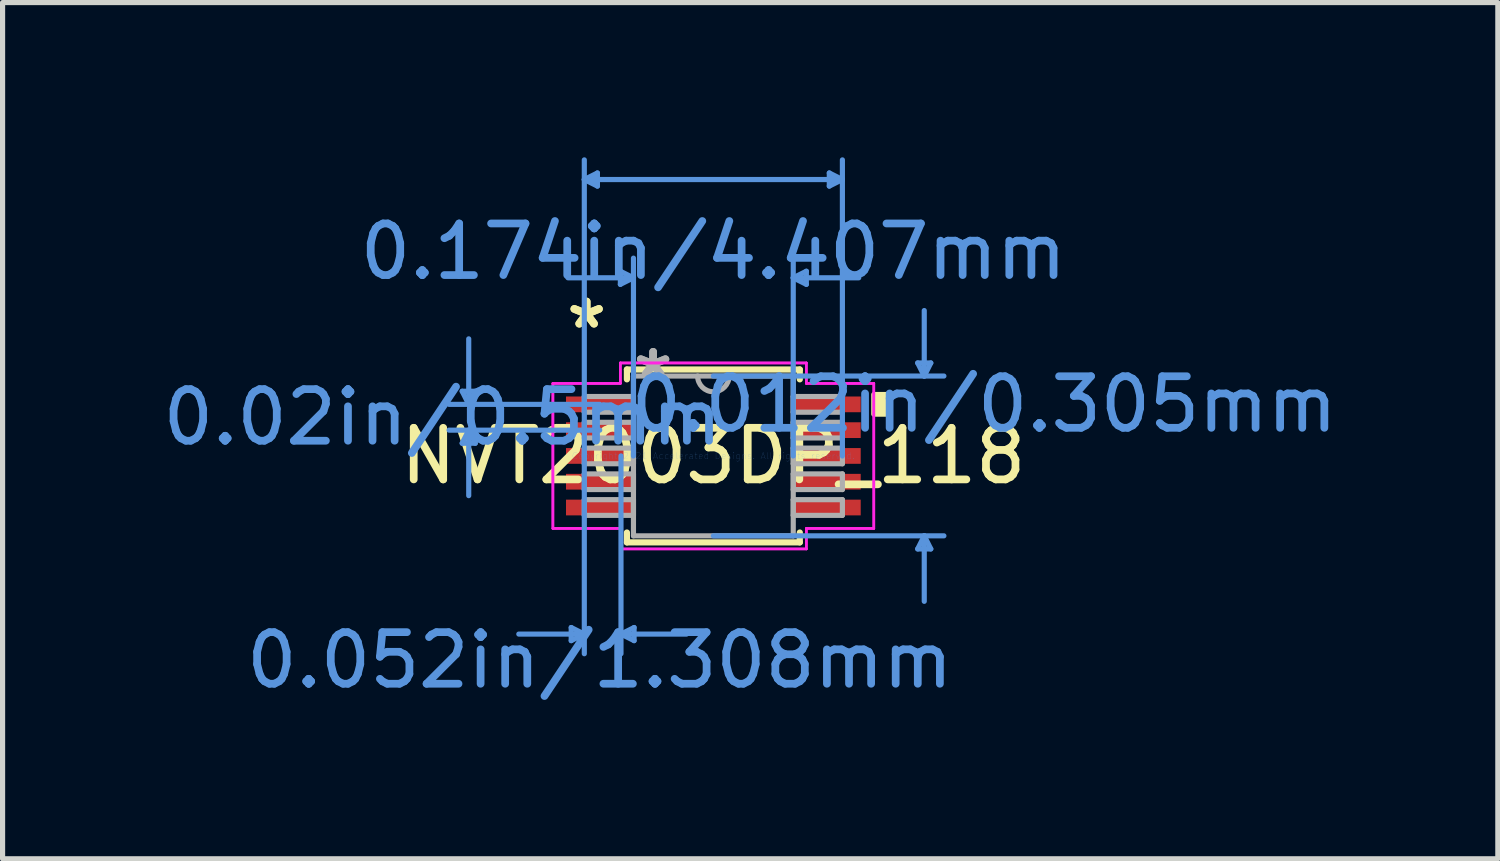
<source format=kicad_pcb>
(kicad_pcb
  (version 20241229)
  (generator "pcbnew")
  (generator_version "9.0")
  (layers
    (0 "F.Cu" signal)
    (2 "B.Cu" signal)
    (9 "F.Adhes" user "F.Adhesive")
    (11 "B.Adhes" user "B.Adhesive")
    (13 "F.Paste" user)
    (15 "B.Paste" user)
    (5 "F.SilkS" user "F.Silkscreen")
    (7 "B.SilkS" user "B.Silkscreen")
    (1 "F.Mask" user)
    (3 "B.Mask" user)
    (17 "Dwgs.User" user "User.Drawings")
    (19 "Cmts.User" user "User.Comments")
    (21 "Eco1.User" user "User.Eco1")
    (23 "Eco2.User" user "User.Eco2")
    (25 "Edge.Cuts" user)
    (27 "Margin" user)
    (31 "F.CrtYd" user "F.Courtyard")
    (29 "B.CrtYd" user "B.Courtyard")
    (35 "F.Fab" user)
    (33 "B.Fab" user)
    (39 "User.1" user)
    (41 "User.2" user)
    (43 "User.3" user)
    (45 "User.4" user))
  (footprint "NVT2003DP_118"
    (layer "F.Cu")
    (at 10.781 5.79)
    (property "Reference" "NVT2003DP_118" (at 0 0 0) (layer "F.SilkS") (effects (font (size 1 1) (thickness 0.15))))
    (attr through_hole)
    (fp_line (start -1.676 -1.676) (end -1.676 -1.485) (stroke (width 0.12) (type solid)) (layer "F.SilkS"))
    (fp_line (start -1.676 1.485) (end -1.676 1.676) (stroke (width 0.12) (type solid)) (layer "F.SilkS"))
    (fp_line (start -1.676 1.676) (end 1.676 1.676) (stroke (width 0.12) (type solid)) (layer "F.SilkS"))
    (fp_line (start 1.676 -1.676) (end -1.676 -1.676) (stroke (width 0.12) (type solid)) (layer "F.SilkS"))
    (fp_line (start 1.676 -1.485) (end 1.676 -1.676) (stroke (width 0.12) (type solid)) (layer "F.SilkS"))
    (fp_line (start 1.676 1.676) (end 1.676 1.485) (stroke (width 0.12) (type solid)) (layer "F.SilkS"))
    (fp_poly (pts (xy 3.365 -1.191) (xy 3.365 -0.81) (xy 3.111 -0.81) (xy 3.111 -1.191)) (stroke (width 0.1) (type solid)) (fill yes) (layer "F.SilkS"))
    (fp_line (start -4.87 -1.254) (end -4.616 -1.254) (stroke (width 0.1) (type solid)) (layer "Cmts.User"))
    (fp_line (start -4.87 -0.246) (end -4.616 -0.246) (stroke (width 0.1) (type solid)) (layer "Cmts.User"))
    (fp_line (start -4.743 -1) (end -4.87 -1.254) (stroke (width 0.1) (type solid)) (layer "Cmts.User"))
    (fp_line (start -4.743 -1) (end -4.743 -2.27) (stroke (width 0.1) (type solid)) (layer "Cmts.User"))
    (fp_line (start -4.743 -1) (end -4.616 -1.254) (stroke (width 0.1) (type solid)) (layer "Cmts.User"))
    (fp_line (start -4.743 -0.5) (end -4.87 -0.246) (stroke (width 0.1) (type solid)) (layer "Cmts.User"))
    (fp_line (start -4.743 -0.5) (end -4.743 0.77) (stroke (width 0.1) (type solid)) (layer "Cmts.User"))
    (fp_line (start -4.743 -0.5) (end -4.616 -0.246) (stroke (width 0.1) (type solid)) (layer "Cmts.User"))
    (fp_line (start -2.756 3.327) (end -2.756 3.581) (stroke (width 0.1) (type solid)) (layer "Cmts.User"))
    (fp_line (start -2.502 -5.359) (end -2.248 -5.486) (stroke (width 0.1) (type solid)) (layer "Cmts.User"))
    (fp_line (start -2.502 -5.359) (end -2.248 -5.232) (stroke (width 0.1) (type solid)) (layer "Cmts.User"))
    (fp_line (start -2.502 -5.359) (end 2.502 -5.359) (stroke (width 0.1) (type solid)) (layer "Cmts.User"))
    (fp_line (start -2.502 0) (end -2.502 -5.74) (stroke (width 0.1) (type solid)) (layer "Cmts.User"))
    (fp_line (start -2.502 0) (end -2.502 3.835) (stroke (width 0.1) (type solid)) (layer "Cmts.User"))
    (fp_line (start -2.502 3.454) (end -3.772 3.454) (stroke (width 0.1) (type solid)) (layer "Cmts.User"))
    (fp_line (start -2.502 3.454) (end -2.756 3.327) (stroke (width 0.1) (type solid)) (layer "Cmts.User"))
    (fp_line (start -2.502 3.454) (end -2.756 3.581) (stroke (width 0.1) (type solid)) (layer "Cmts.User"))
    (fp_line (start -2.248 -5.486) (end -2.248 -5.232) (stroke (width 0.1) (type solid)) (layer "Cmts.User"))
    (fp_line (start -2.203 -1) (end -5.124 -1) (stroke (width 0.1) (type solid)) (layer "Cmts.User"))
    (fp_line (start -2.203 -0.5) (end -5.124 -0.5) (stroke (width 0.1) (type solid)) (layer "Cmts.User"))
    (fp_line (start -1.803 -3.581) (end -1.803 -3.327) (stroke (width 0.1) (type solid)) (layer "Cmts.User"))
    (fp_line (start -1.791 0) (end -1.791 3.835) (stroke (width 0.1) (type solid)) (layer "Cmts.User"))
    (fp_line (start -1.791 3.454) (end -1.537 3.327) (stroke (width 0.1) (type solid)) (layer "Cmts.User"))
    (fp_line (start -1.791 3.454) (end -1.537 3.581) (stroke (width 0.1) (type solid)) (layer "Cmts.User"))
    (fp_line (start -1.791 3.454) (end -0.521 3.454) (stroke (width 0.1) (type solid)) (layer "Cmts.User"))
    (fp_line (start -1.549 -3.454) (end -2.819 -3.454) (stroke (width 0.1) (type solid)) (layer "Cmts.User"))
    (fp_line (start -1.549 -3.454) (end -1.803 -3.581) (stroke (width 0.1) (type solid)) (layer "Cmts.User"))
    (fp_line (start -1.549 -3.454) (end -1.803 -3.327) (stroke (width 0.1) (type solid)) (layer "Cmts.User"))
    (fp_line (start -1.549 0) (end -1.549 -3.835) (stroke (width 0.1) (type solid)) (layer "Cmts.User"))
    (fp_line (start -1.537 3.327) (end -1.537 3.581) (stroke (width 0.1) (type solid)) (layer "Cmts.User"))
    (fp_line (start 0 -1.549) (end 4.47 -1.549) (stroke (width 0.1) (type solid)) (layer "Cmts.User"))
    (fp_line (start 0 1.549) (end 4.47 1.549) (stroke (width 0.1) (type solid)) (layer "Cmts.User"))
    (fp_line (start 1.549 -3.454) (end 1.803 -3.581) (stroke (width 0.1) (type solid)) (layer "Cmts.User"))
    (fp_line (start 1.549 -3.454) (end 1.803 -3.327) (stroke (width 0.1) (type solid)) (layer "Cmts.User"))
    (fp_line (start 1.549 -3.454) (end 2.819 -3.454) (stroke (width 0.1) (type solid)) (layer "Cmts.User"))
    (fp_line (start 1.549 0) (end 1.549 -3.835) (stroke (width 0.1) (type solid)) (layer "Cmts.User"))
    (fp_line (start 1.803 -3.581) (end 1.803 -3.327) (stroke (width 0.1) (type solid)) (layer "Cmts.User"))
    (fp_line (start 2.248 -5.486) (end 2.248 -5.232) (stroke (width 0.1) (type solid)) (layer "Cmts.User"))
    (fp_line (start 2.502 -5.359) (end 2.248 -5.486) (stroke (width 0.1) (type solid)) (layer "Cmts.User"))
    (fp_line (start 2.502 -5.359) (end 2.248 -5.232) (stroke (width 0.1) (type solid)) (layer "Cmts.User"))
    (fp_line (start 2.502 0) (end 2.502 -5.74) (stroke (width 0.1) (type solid)) (layer "Cmts.User"))
    (fp_line (start 3.962 -1.803) (end 4.216 -1.803) (stroke (width 0.1) (type solid)) (layer "Cmts.User"))
    (fp_line (start 3.962 1.803) (end 4.216 1.803) (stroke (width 0.1) (type solid)) (layer "Cmts.User"))
    (fp_line (start 4.089 -1.549) (end 3.962 -1.803) (stroke (width 0.1) (type solid)) (layer "Cmts.User"))
    (fp_line (start 4.089 -1.549) (end 4.089 -2.819) (stroke (width 0.1) (type solid)) (layer "Cmts.User"))
    (fp_line (start 4.089 -1.549) (end 4.216 -1.803) (stroke (width 0.1) (type solid)) (layer "Cmts.User"))
    (fp_line (start 4.089 1.549) (end 3.962 1.803) (stroke (width 0.1) (type solid)) (layer "Cmts.User"))
    (fp_line (start 4.089 1.549) (end 4.089 2.819) (stroke (width 0.1) (type solid)) (layer "Cmts.User"))
    (fp_line (start 4.089 1.549) (end 4.216 1.803) (stroke (width 0.1) (type solid)) (layer "Cmts.User"))
    (fp_line (start -3.111 -1.406) (end -1.803 -1.406) (stroke (width 0.05) (type solid)) (layer "F.CrtYd"))
    (fp_line (start -3.111 -1.406) (end -1.803 -1.406) (stroke (width 0.05) (type solid)) (layer "F.CrtYd"))
    (fp_line (start -3.111 1.406) (end -3.111 -1.406) (stroke (width 0.05) (type solid)) (layer "F.CrtYd"))
    (fp_line (start -3.111 1.406) (end -3.111 -1.406) (stroke (width 0.05) (type solid)) (layer "F.CrtYd"))
    (fp_line (start -3.111 1.406) (end -1.803 1.406) (stroke (width 0.05) (type solid)) (layer "F.CrtYd"))
    (fp_line (start -1.803 -1.803) (end 1.803 -1.803) (stroke (width 0.05) (type solid)) (layer "F.CrtYd"))
    (fp_line (start -1.803 -1.803) (end 1.803 -1.803) (stroke (width 0.05) (type solid)) (layer "F.CrtYd"))
    (fp_line (start -1.803 -1.406) (end -1.803 -1.803) (stroke (width 0.05) (type solid)) (layer "F.CrtYd"))
    (fp_line (start -1.803 -1.406) (end -1.803 -1.803) (stroke (width 0.05) (type solid)) (layer "F.CrtYd"))
    (fp_line (start -1.803 1.406) (end -3.111 1.406) (stroke (width 0.05) (type solid)) (layer "F.CrtYd"))
    (fp_line (start -1.803 1.803) (end -1.803 1.406) (stroke (width 0.05) (type solid)) (layer "F.CrtYd"))
    (fp_line (start -1.803 1.803) (end -1.803 1.406) (stroke (width 0.05) (type solid)) (layer "F.CrtYd"))
    (fp_line (start 1.803 -1.803) (end 1.803 -1.406) (stroke (width 0.05) (type solid)) (layer "F.CrtYd"))
    (fp_line (start 1.803 -1.803) (end 1.803 -1.406) (stroke (width 0.05) (type solid)) (layer "F.CrtYd"))
    (fp_line (start 1.803 -1.406) (end 3.111 -1.406) (stroke (width 0.05) (type solid)) (layer "F.CrtYd"))
    (fp_line (start 1.803 1.406) (end 1.803 1.803) (stroke (width 0.05) (type solid)) (layer "F.CrtYd"))
    (fp_line (start 1.803 1.406) (end 1.803 1.803) (stroke (width 0.05) (type solid)) (layer "F.CrtYd"))
    (fp_line (start 1.803 1.803) (end -1.803 1.803) (stroke (width 0.05) (type solid)) (layer "F.CrtYd"))
    (fp_line (start 1.803 1.803) (end -1.803 1.803) (stroke (width 0.05) (type solid)) (layer "F.CrtYd"))
    (fp_line (start 3.111 -1.406) (end 1.803 -1.406) (stroke (width 0.05) (type solid)) (layer "F.CrtYd"))
    (fp_line (start 3.111 -1.406) (end 3.111 1.406) (stroke (width 0.05) (type solid)) (layer "F.CrtYd"))
    (fp_line (start 3.111 -1.406) (end 3.111 1.406) (stroke (width 0.05) (type solid)) (layer "F.CrtYd"))
    (fp_line (start 3.111 1.406) (end 1.803 1.406) (stroke (width 0.05) (type solid)) (layer "F.CrtYd"))
    (fp_line (start 3.111 1.406) (end 1.803 1.406) (stroke (width 0.05) (type solid)) (layer "F.CrtYd"))
    (fp_line (start -2.502 -1.152) (end -2.502 -0.848) (stroke (width 0.1) (type solid)) (layer "F.Fab"))
    (fp_line (start -2.502 -0.848) (end -1.549 -0.848) (stroke (width 0.1) (type solid)) (layer "F.Fab"))
    (fp_line (start -2.502 -0.652) (end -2.502 -0.348) (stroke (width 0.1) (type solid)) (layer "F.Fab"))
    (fp_line (start -2.502 -0.348) (end -1.549 -0.348) (stroke (width 0.1) (type solid)) (layer "F.Fab"))
    (fp_line (start -2.502 -0.152) (end -2.502 0.152) (stroke (width 0.1) (type solid)) (layer "F.Fab"))
    (fp_line (start -2.502 0.152) (end -1.549 0.152) (stroke (width 0.1) (type solid)) (layer "F.Fab"))
    (fp_line (start -2.502 0.348) (end -2.502 0.652) (stroke (width 0.1) (type solid)) (layer "F.Fab"))
    (fp_line (start -2.502 0.652) (end -1.549 0.652) (stroke (width 0.1) (type solid)) (layer "F.Fab"))
    (fp_line (start -2.502 0.848) (end -2.502 1.152) (stroke (width 0.1) (type solid)) (layer "F.Fab"))
    (fp_line (start -2.502 1.152) (end -1.549 1.152) (stroke (width 0.1) (type solid)) (layer "F.Fab"))
    (fp_line (start -1.549 -1.549) (end -1.549 1.549) (stroke (width 0.1) (type solid)) (layer "F.Fab"))
    (fp_line (start -1.549 -1.152) (end -2.502 -1.152) (stroke (width 0.1) (type solid)) (layer "F.Fab"))
    (fp_line (start -1.549 -0.848) (end -1.549 -1.152) (stroke (width 0.1) (type solid)) (layer "F.Fab"))
    (fp_line (start -1.549 -0.652) (end -2.502 -0.652) (stroke (width 0.1) (type solid)) (layer "F.Fab"))
    (fp_line (start -1.549 -0.348) (end -1.549 -0.652) (stroke (width 0.1) (type solid)) (layer "F.Fab"))
    (fp_line (start -1.549 -0.152) (end -2.502 -0.152) (stroke (width 0.1) (type solid)) (layer "F.Fab"))
    (fp_line (start -1.549 0.152) (end -1.549 -0.152) (stroke (width 0.1) (type solid)) (layer "F.Fab"))
    (fp_line (start -1.549 0.348) (end -2.502 0.348) (stroke (width 0.1) (type solid)) (layer "F.Fab"))
    (fp_line (start -1.549 0.652) (end -1.549 0.348) (stroke (width 0.1) (type solid)) (layer "F.Fab"))
    (fp_line (start -1.549 0.848) (end -2.502 0.848) (stroke (width 0.1) (type solid)) (layer "F.Fab"))
    (fp_line (start -1.549 1.152) (end -1.549 0.848) (stroke (width 0.1) (type solid)) (layer "F.Fab"))
    (fp_line (start -1.549 1.549) (end 1.549 1.549) (stroke (width 0.1) (type solid)) (layer "F.Fab"))
    (fp_line (start 1.549 -1.549) (end -1.549 -1.549) (stroke (width 0.1) (type solid)) (layer "F.Fab"))
    (fp_line (start 1.549 -1.152) (end 1.549 -0.848) (stroke (width 0.1) (type solid)) (layer "F.Fab"))
    (fp_line (start 1.549 -0.848) (end 2.502 -0.848) (stroke (width 0.1) (type solid)) (layer "F.Fab"))
    (fp_line (start 1.549 -0.652) (end 1.549 -0.348) (stroke (width 0.1) (type solid)) (layer "F.Fab"))
    (fp_line (start 1.549 -0.348) (end 2.502 -0.348) (stroke (width 0.1) (type solid)) (layer "F.Fab"))
    (fp_line (start 1.549 -0.152) (end 1.549 0.152) (stroke (width 0.1) (type solid)) (layer "F.Fab"))
    (fp_line (start 1.549 0.152) (end 2.502 0.152) (stroke (width 0.1) (type solid)) (layer "F.Fab"))
    (fp_line (start 1.549 0.348) (end 1.549 0.652) (stroke (width 0.1) (type solid)) (layer "F.Fab"))
    (fp_line (start 1.549 0.652) (end 2.502 0.652) (stroke (width 0.1) (type solid)) (layer "F.Fab"))
    (fp_line (start 1.549 0.848) (end 1.549 1.152) (stroke (width 0.1) (type solid)) (layer "F.Fab"))
    (fp_line (start 1.549 1.152) (end 2.502 1.152) (stroke (width 0.1) (type solid)) (layer "F.Fab"))
    (fp_line (start 1.549 1.549) (end 1.549 -1.549) (stroke (width 0.1) (type solid)) (layer "F.Fab"))
    (fp_line (start 2.502 -1.152) (end 1.549 -1.152) (stroke (width 0.1) (type solid)) (layer "F.Fab"))
    (fp_line (start 2.502 -0.848) (end 2.502 -1.152) (stroke (width 0.1) (type solid)) (layer "F.Fab"))
    (fp_line (start 2.502 -0.652) (end 1.549 -0.652) (stroke (width 0.1) (type solid)) (layer "F.Fab"))
    (fp_line (start 2.502 -0.348) (end 2.502 -0.652) (stroke (width 0.1) (type solid)) (layer "F.Fab"))
    (fp_line (start 2.502 -0.152) (end 1.549 -0.152) (stroke (width 0.1) (type solid)) (layer "F.Fab"))
    (fp_line (start 2.502 0.152) (end 2.502 -0.152) (stroke (width 0.1) (type solid)) (layer "F.Fab"))
    (fp_line (start 2.502 0.348) (end 1.549 0.348) (stroke (width 0.1) (type solid)) (layer "F.Fab"))
    (fp_line (start 2.502 0.652) (end 2.502 0.348) (stroke (width 0.1) (type solid)) (layer "F.Fab"))
    (fp_line (start 2.502 0.848) (end 1.549 0.848) (stroke (width 0.1) (type solid)) (layer "F.Fab"))
    (fp_line (start 2.502 1.152) (end 2.502 0.848) (stroke (width 0.1) (type solid)) (layer "F.Fab"))
    (fp_arc (start 0.3048 -1.5494) (mid 0 -1.2446) (end -0.3048 -1.5494) (stroke (width 0.1) (type solid)) (layer "F.Fab"))
    (fp_text user "*" (at -2.457 -2.448 0) (layer "F.SilkS") (effects (font (size 1 1) (thickness 0.15))))
    (fp_text user "*" (at -2.457 -2.448 0) (layer "F.SilkS") (effects (font (size 1 1) (thickness 0.15))))
    (fp_text user "0.052in/1.308mm" (at -2.203 3.962 0) (layer "Cmts.User") (effects (font (size 1 1) (thickness 0.15))))
    (fp_text user "Copyright 2021 Accelerated Designs. All rights reserved." (at 0 0 0) (layer "Cmts.User") (effects (font (size 0.127 0.127) (thickness 0.002))))
    (fp_text user "0.174in/4.407mm" (at 0 -3.962 0) (layer "Cmts.User") (effects (font (size 1 1) (thickness 0.15))))
    (fp_text user "0.02in/0.5mm" (at -5.251 -0.75 0) (layer "Cmts.User") (effects (font (size 1 1) (thickness 0.15))))
    (fp_text user "0.012in/0.305mm" (at 5.251 -1 0) (layer "Cmts.User") (effects (font (size 1 1) (thickness 0.15))))
    (fp_text user "*" (at -1.168 -1.473 0) (layer "F.Fab") (effects (font (size 1 1) (thickness 0.15))))
    (fp_text user "*" (at -1.168 -1.473 0) (layer "F.Fab") (effects (font (size 1 1) (thickness 0.15))))
    (pad "1" smd rect (at -2.203 -1) (size 1.308 0.305) (layers "F.Cu" "F.Mask" "F.Paste"))
    (pad "2" smd rect (at -2.203 -0.5) (size 1.308 0.305) (layers "F.Cu" "F.Mask" "F.Paste"))
    (pad "3" smd rect (at -2.203 0) (size 1.308 0.305) (layers "F.Cu" "F.Mask" "F.Paste"))
    (pad "4" smd rect (at -2.203 0.5) (size 1.308 0.305) (layers "F.Cu" "F.Mask" "F.Paste"))
    (pad "5" smd rect (at -2.203 1) (size 1.308 0.305) (layers "F.Cu" "F.Mask" "F.Paste"))
    (pad "6" smd rect (at 2.203 1) (size 1.308 0.305) (layers "F.Cu" "F.Mask" "F.Paste"))
    (pad "7" smd rect (at 2.203 0.5) (size 1.308 0.305) (layers "F.Cu" "F.Mask" "F.Paste"))
    (pad "8" smd rect (at 2.203 0) (size 1.308 0.305) (layers "F.Cu" "F.Mask" "F.Paste"))
    (pad "9" smd rect (at 2.203 -0.5) (size 1.308 0.305) (layers "F.Cu" "F.Mask" "F.Paste"))
    (pad "10" smd rect (at 2.203 -1) (size 1.308 0.305) (layers "F.Cu" "F.Mask" "F.Paste")))
  (gr_rect
    (start -3 -3)
    (end 25.991 13.601)
    (stroke (width 0.1) (type default))
    (fill no)
    (layer "Edge.Cuts")))
</source>
